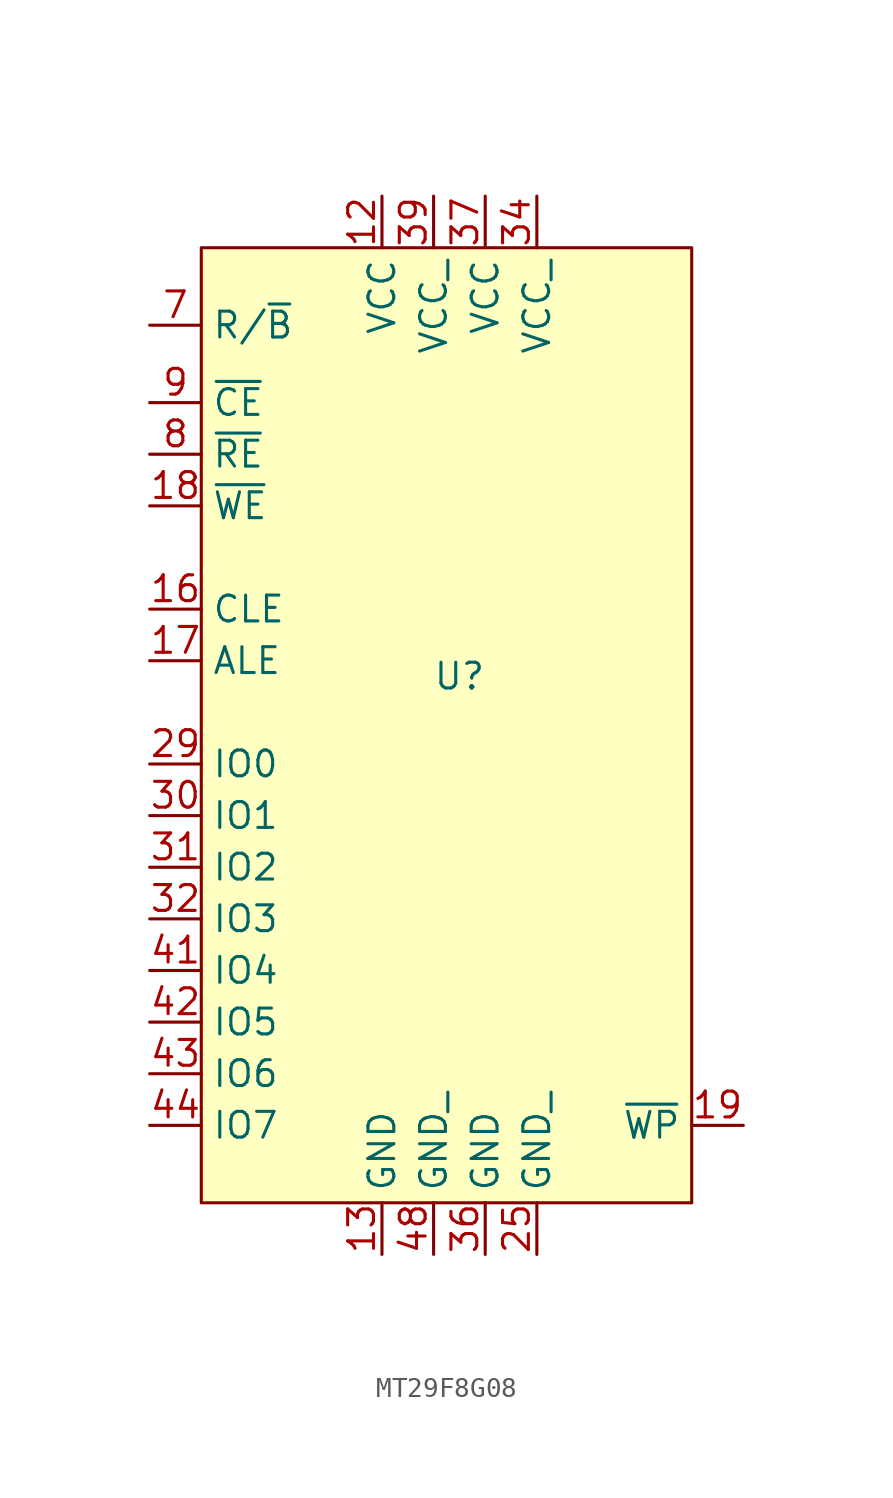
<source format=kicad_sym>
(kicad_symbol_lib
  (version 20231120)
  (generator "kicad_symbol_editor")
  (generator_version "8.0")
  (symbol "MT29F8G08"
    (property "Reference" "U"
      (at 0 4.318 0)
      (effects (font (size 1.27 1.27))))
    (property "Value" ""
      (at -3.81 8.89 0)
      (effects (font (size 1.27 1.27))))
    (symbol "MT29F8G08_1_1"
      (rectangle (start -12.7 25.4) (end 11.43 -21.59) (stroke (width 0) (type default)) (fill (type background)))
      (pin no_connect line (at -1.27 17.78 180) (length 2.54) hide (name "NC" (effects (font (size 1.27 1.27)))) (number "1" (effects (font (size 1.27 1.27)))))
      (pin no_connect line (at -1.27 2.54 180) (length 2.54) hide (name "NC" (effects (font (size 1.27 1.27)))) (number "10" (effects (font (size 1.27 1.27)))))
      (pin no_connect line (at -1.27 0 180) (length 2.54) hide (name "NC" (effects (font (size 1.27 1.27)))) (number "11" (effects (font (size 1.27 1.27)))))
      (pin power_in line (at -3.81 27.94 270) (length 2.54) (name "VCC" (effects (font (size 1.27 1.27)))) (number "12" (effects (font (size 1.27 1.27)))))
      (pin power_in line (at -3.81 -24.13 90) (length 2.54) (name "GND" (effects (font (size 1.27 1.27)))) (number "13" (effects (font (size 1.27 1.27)))))
      (pin no_connect line (at -1.27 -2.54 180) (length 2.54) hide (name "NC" (effects (font (size 1.27 1.27)))) (number "14" (effects (font (size 1.27 1.27)))))
      (pin no_connect line (at -1.27 -5.08 180) (length 2.54) hide (name "NC" (effects (font (size 1.27 1.27)))) (number "15" (effects (font (size 1.27 1.27)))))
      (pin input line (at -15.24 7.62 0) (length 2.54) (name "CLE" (effects (font (size 1.27 1.27)))) (number "16" (effects (font (size 1.27 1.27)))))
      (pin input line (at -15.24 5.08 0) (length 2.54) (name "ALE" (effects (font (size 1.27 1.27)))) (number "17" (effects (font (size 1.27 1.27)))))
      (pin input line (at -15.24 12.7 0) (length 2.54) (name "~{WE}" (effects (font (size 1.27 1.27)))) (number "18" (effects (font (size 1.27 1.27)))))
      (pin input line (at 13.97 -17.78 180) (length 2.54) (name "~{WP}" (effects (font (size 1.27 1.27)))) (number "19" (effects (font (size 1.27 1.27)))))
      (pin no_connect line (at -1.27 15.24 180) (length 2.54) hide (name "NC" (effects (font (size 1.27 1.27)))) (number "2" (effects (font (size 1.27 1.27)))))
      (pin no_connect line (at -1.27 -7.62 180) (length 2.54) hide (name "NC" (effects (font (size 1.27 1.27)))) (number "20" (effects (font (size 1.27 1.27)))))
      (pin no_connect line (at -1.27 -10.16 180) (length 2.54) hide (name "NC" (effects (font (size 1.27 1.27)))) (number "21" (effects (font (size 1.27 1.27)))))
      (pin no_connect line (at -1.27 -12.7 180) (length 2.54) hide (name "NC" (effects (font (size 1.27 1.27)))) (number "22" (effects (font (size 1.27 1.27)))))
      (pin no_connect line (at -1.27 -15.24 180) (length 2.54) hide (name "NC" (effects (font (size 1.27 1.27)))) (number "23" (effects (font (size 1.27 1.27)))))
      (pin no_connect line (at 2.54 -7.62 0) (length 2.54) hide (name "NC" (effects (font (size 1.27 1.27)))) (number "24" (effects (font (size 1.27 1.27)))))
      (pin power_in line (at 3.81 -24.13 90) (length 2.54) (name "GND_" (effects (font (size 1.27 1.27)))) (number "25" (effects (font (size 1.27 1.27)))))
      (pin no_connect line (at 2.54 -5.08 0) (length 2.54) hide (name "NC" (effects (font (size 1.27 1.27)))) (number "26" (effects (font (size 1.27 1.27)))))
      (pin no_connect line (at 2.54 -2.54 0) (length 2.54) hide (name "NC" (effects (font (size 1.27 1.27)))) (number "27" (effects (font (size 1.27 1.27)))))
      (pin no_connect line (at 2.54 0 0) (length 2.54) hide (name "NC" (effects (font (size 1.27 1.27)))) (number "28" (effects (font (size 1.27 1.27)))))
      (pin bidirectional line (at -15.24 0 0) (length 2.54) (name "IO0" (effects (font (size 1.27 1.27)))) (number "29" (effects (font (size 1.27 1.27)))))
      (pin no_connect line (at -1.27 12.7 180) (length 2.54) hide (name "NC" (effects (font (size 1.27 1.27)))) (number "3" (effects (font (size 1.27 1.27)))))
      (pin bidirectional line (at -15.24 -2.54 0) (length 2.54) (name "IO1" (effects (font (size 1.27 1.27)))) (number "30" (effects (font (size 1.27 1.27)))))
      (pin bidirectional line (at -15.24 -5.08 0) (length 2.54) (name "IO2" (effects (font (size 1.27 1.27)))) (number "31" (effects (font (size 1.27 1.27)))))
      (pin bidirectional line (at -15.24 -7.62 0) (length 2.54) (name "IO3" (effects (font (size 1.27 1.27)))) (number "32" (effects (font (size 1.27 1.27)))))
      (pin no_connect line (at 2.54 2.54 0) (length 2.54) hide (name "NC" (effects (font (size 1.27 1.27)))) (number "33" (effects (font (size 1.27 1.27)))))
      (pin power_in line (at 3.81 27.94 270) (length 2.54) (name "VCC_" (effects (font (size 1.27 1.27)))) (number "34" (effects (font (size 1.27 1.27)))))
      (pin no_connect line (at 2.54 5.08 0) (length 2.54) hide (name "NC" (effects (font (size 1.27 1.27)))) (number "35" (effects (font (size 1.27 1.27)))))
      (pin power_in line (at 1.27 -24.13 90) (length 2.54) (name "GND" (effects (font (size 1.27 1.27)))) (number "36" (effects (font (size 1.27 1.27)))))
      (pin power_in line (at 1.27 27.94 270) (length 2.54) (name "VCC" (effects (font (size 1.27 1.27)))) (number "37" (effects (font (size 1.27 1.27)))))
      (pin no_connect line (at 2.54 7.62 0) (length 2.54) hide (name "NC" (effects (font (size 1.27 1.27)))) (number "38" (effects (font (size 1.27 1.27)))))
      (pin power_in line (at -1.27 27.94 270) (length 2.54) (name "VCC_" (effects (font (size 1.27 1.27)))) (number "39" (effects (font (size 1.27 1.27)))))
      (pin no_connect line (at -1.27 10.16 180) (length 2.54) hide (name "NC" (effects (font (size 1.27 1.27)))) (number "4" (effects (font (size 1.27 1.27)))))
      (pin no_connect line (at 2.54 10.16 0) (length 2.54) hide (name "NC" (effects (font (size 1.27 1.27)))) (number "40" (effects (font (size 1.27 1.27)))))
      (pin bidirectional line (at -15.24 -10.16 0) (length 2.54) (name "IO4" (effects (font (size 1.27 1.27)))) (number "41" (effects (font (size 1.27 1.27)))))
      (pin bidirectional line (at -15.24 -12.7 0) (length 2.54) (name "IO5" (effects (font (size 1.27 1.27)))) (number "42" (effects (font (size 1.27 1.27)))))
      (pin bidirectional line (at -15.24 -15.24 0) (length 2.54) (name "IO6" (effects (font (size 1.27 1.27)))) (number "43" (effects (font (size 1.27 1.27)))))
      (pin bidirectional line (at -15.24 -17.78 0) (length 2.54) (name "IO7" (effects (font (size 1.27 1.27)))) (number "44" (effects (font (size 1.27 1.27)))))
      (pin no_connect line (at 2.54 12.7 0) (length 2.54) hide (name "NC" (effects (font (size 1.27 1.27)))) (number "45" (effects (font (size 1.27 1.27)))))
      (pin no_connect line (at 2.54 15.24 0) (length 2.54) hide (name "NC" (effects (font (size 1.27 1.27)))) (number "46" (effects (font (size 1.27 1.27)))))
      (pin no_connect line (at 2.54 17.78 0) (length 2.54) hide (name "NC" (effects (font (size 1.27 1.27)))) (number "47" (effects (font (size 1.27 1.27)))))
      (pin power_in line (at -1.27 -24.13 90) (length 2.54) (name "GND_" (effects (font (size 1.27 1.27)))) (number "48" (effects (font (size 1.27 1.27)))))
      (pin no_connect line (at -1.27 7.62 180) (length 2.54) hide (name "NC" (effects (font (size 1.27 1.27)))) (number "5" (effects (font (size 1.27 1.27)))))
      (pin no_connect line (at -1.27 5.08 180) (length 2.54) hide (name "NC" (effects (font (size 1.27 1.27)))) (number "6" (effects (font (size 1.27 1.27)))))
      (pin output line (at -15.24 21.59 0) (length 2.54) (name "R/~{B}" (effects (font (size 1.27 1.27)))) (number "7" (effects (font (size 1.27 1.27)))))
      (pin input line (at -15.24 15.24 0) (length 2.54) (name "~{RE}" (effects (font (size 1.27 1.27)))) (number "8" (effects (font (size 1.27 1.27)))))
      (pin input line (at -15.24 17.78 0) (length 2.54) (name "~{CE}" (effects (font (size 1.27 1.27)))) (number "9" (effects (font (size 1.27 1.27))))))))
</source>
